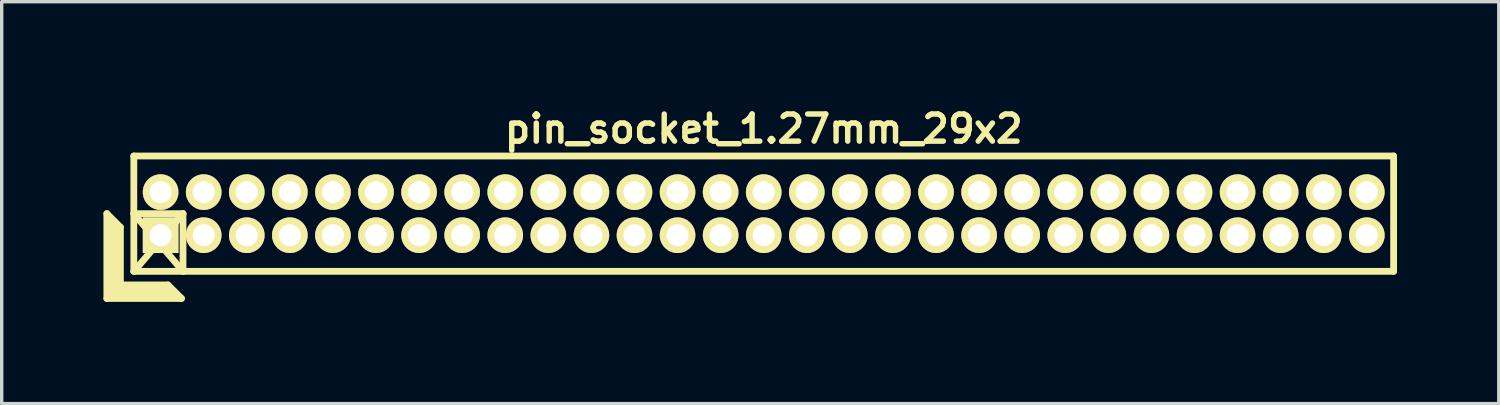
<source format=kicad_pcb>
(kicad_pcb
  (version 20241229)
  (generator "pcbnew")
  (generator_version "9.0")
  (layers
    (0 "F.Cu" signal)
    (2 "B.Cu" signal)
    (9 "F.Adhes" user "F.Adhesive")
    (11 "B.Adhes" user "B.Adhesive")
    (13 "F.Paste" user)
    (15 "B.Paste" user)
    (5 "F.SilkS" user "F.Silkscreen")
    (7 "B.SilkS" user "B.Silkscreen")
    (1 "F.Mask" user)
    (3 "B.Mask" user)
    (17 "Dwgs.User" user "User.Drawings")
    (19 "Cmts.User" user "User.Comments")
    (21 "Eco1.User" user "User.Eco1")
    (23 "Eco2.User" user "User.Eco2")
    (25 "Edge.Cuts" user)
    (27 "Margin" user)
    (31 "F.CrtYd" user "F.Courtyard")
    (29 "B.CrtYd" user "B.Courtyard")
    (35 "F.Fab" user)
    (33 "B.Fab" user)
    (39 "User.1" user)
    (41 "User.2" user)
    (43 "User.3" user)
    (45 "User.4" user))
  (footprint "pin_socket_1.27mm_29x2"
    (layer "F.Cu")
    (at 19.465 3.249)
    (property "Reference" "pin_socket_1.27mm_29x2" (at 0 -2.5 0) (layer "F.SilkS") (effects (font (size 0.8 0.8) (thickness 0.16))))
    (attr through_hole)
    (fp_line (start -19.365 0) (end -19.365 2.5) (stroke (width 0.2) (type solid)) (layer "F.SilkS"))
    (fp_line (start -19.365 0) (end -18.965 0.4) (stroke (width 0.2) (type solid)) (layer "F.SilkS"))
    (fp_line (start -19.365 2.5) (end -17.165 2.5) (stroke (width 0.2) (type solid)) (layer "F.SilkS"))
    (fp_line (start -19.265 2.4) (end -19.265 0.2) (stroke (width 0.2) (type solid)) (layer "F.SilkS"))
    (fp_line (start -19.265 2.4) (end -17.365 2.4) (stroke (width 0.2) (type solid)) (layer "F.SilkS"))
    (fp_line (start -19.165 2.3) (end -19.165 0.3) (stroke (width 0.2) (type solid)) (layer "F.SilkS"))
    (fp_line (start -19.165 2.3) (end -17.465 2.3) (stroke (width 0.2) (type solid)) (layer "F.SilkS"))
    (fp_line (start -19.065 2.2) (end -19.065 0.4) (stroke (width 0.2) (type solid)) (layer "F.SilkS"))
    (fp_line (start -19.065 2.2) (end -17.565 2.2) (stroke (width 0.2) (type solid)) (layer "F.SilkS"))
    (fp_line (start -18.965 2.1) (end -18.965 0.4) (stroke (width 0.2) (type solid)) (layer "F.SilkS"))
    (fp_line (start -18.965 2.1) (end -17.565 2.1) (stroke (width 0.2) (type solid)) (layer "F.SilkS"))
    (fp_line (start -18.57 -1.7) (end 18.57 -1.7) (stroke (width 0.2) (type solid)) (layer "F.SilkS"))
    (fp_line (start -18.57 0) (end -17.12 0) (stroke (width 0.2) (type solid)) (layer "F.SilkS"))
    (fp_line (start -18.57 0) (end -17.12 1.7) (stroke (width 0.2) (type solid)) (layer "F.SilkS"))
    (fp_line (start -18.57 1.7) (end -18.57 -1.7) (stroke (width 0.2) (type solid)) (layer "F.SilkS"))
    (fp_line (start -17.565 2.1) (end -17.165 2.5) (stroke (width 0.2) (type solid)) (layer "F.SilkS"))
    (fp_line (start -17.12 0) (end -18.565 1.7) (stroke (width 0.2) (type solid)) (layer "F.SilkS"))
    (fp_line (start -17.12 0) (end -17.12 1.7) (stroke (width 0.2) (type solid)) (layer "F.SilkS"))
    (fp_line (start 18.57 -1.7) (end 18.57 1.7) (stroke (width 0.2) (type solid)) (layer "F.SilkS"))
    (fp_line (start 18.57 1.7) (end -18.57 1.7) (stroke (width 0.2) (type solid)) (layer "F.SilkS"))
    (pad "1" thru_hole rect (at -17.78 0.635) (size 1.05 1.05) (drill 0.65) (layers "*.Cu" "*.Mask" "F.SilkS"))
    (pad "2" thru_hole oval (at -17.78 -0.635) (size 1.05 1.05) (drill 0.65) (layers "*.Cu" "*.Mask" "F.SilkS"))
    (pad "3" thru_hole oval (at -16.51 0.635) (size 1.05 1.05) (drill 0.65) (layers "*.Cu" "*.Mask" "F.SilkS"))
    (pad "4" thru_hole oval (at -16.51 -0.635) (size 1.05 1.05) (drill 0.65) (layers "*.Cu" "*.Mask" "F.SilkS"))
    (pad "5" thru_hole oval (at -15.24 0.635) (size 1.05 1.05) (drill 0.65) (layers "*.Cu" "*.Mask" "F.SilkS"))
    (pad "6" thru_hole oval (at -15.24 -0.635) (size 1.05 1.05) (drill 0.65) (layers "*.Cu" "*.Mask" "F.SilkS"))
    (pad "7" thru_hole oval (at -13.97 0.635) (size 1.05 1.05) (drill 0.65) (layers "*.Cu" "*.Mask" "F.SilkS"))
    (pad "8" thru_hole oval (at -13.97 -0.635) (size 1.05 1.05) (drill 0.65) (layers "*.Cu" "*.Mask" "F.SilkS"))
    (pad "9" thru_hole oval (at -12.7 0.635) (size 1.05 1.05) (drill 0.65) (layers "*.Cu" "*.Mask" "F.SilkS"))
    (pad "10" thru_hole oval (at -12.7 -0.635) (size 1.05 1.05) (drill 0.65) (layers "*.Cu" "*.Mask" "F.SilkS"))
    (pad "11" thru_hole oval (at -11.43 0.635) (size 1.05 1.05) (drill 0.65) (layers "*.Cu" "*.Mask" "F.SilkS"))
    (pad "12" thru_hole oval (at -11.43 -0.635) (size 1.05 1.05) (drill 0.65) (layers "*.Cu" "*.Mask" "F.SilkS"))
    (pad "13" thru_hole oval (at -10.16 0.635) (size 1.05 1.05) (drill 0.65) (layers "*.Cu" "*.Mask" "F.SilkS"))
    (pad "14" thru_hole oval (at -10.16 -0.635) (size 1.05 1.05) (drill 0.65) (layers "*.Cu" "*.Mask" "F.SilkS"))
    (pad "15" thru_hole oval (at -8.89 0.635) (size 1.05 1.05) (drill 0.65) (layers "*.Cu" "*.Mask" "F.SilkS"))
    (pad "16" thru_hole oval (at -8.89 -0.635) (size 1.05 1.05) (drill 0.65) (layers "*.Cu" "*.Mask" "F.SilkS"))
    (pad "17" thru_hole oval (at -7.62 0.635) (size 1.05 1.05) (drill 0.65) (layers "*.Cu" "*.Mask" "F.SilkS"))
    (pad "18" thru_hole oval (at -7.62 -0.635) (size 1.05 1.05) (drill 0.65) (layers "*.Cu" "*.Mask" "F.SilkS"))
    (pad "19" thru_hole oval (at -6.35 0.635) (size 1.05 1.05) (drill 0.65) (layers "*.Cu" "*.Mask" "F.SilkS"))
    (pad "20" thru_hole oval (at -6.35 -0.635) (size 1.05 1.05) (drill 0.65) (layers "*.Cu" "*.Mask" "F.SilkS"))
    (pad "21" thru_hole oval (at -5.08 0.635) (size 1.05 1.05) (drill 0.65) (layers "*.Cu" "*.Mask" "F.SilkS"))
    (pad "22" thru_hole oval (at -5.08 -0.635) (size 1.05 1.05) (drill 0.65) (layers "*.Cu" "*.Mask" "F.SilkS"))
    (pad "23" thru_hole oval (at -3.81 0.635) (size 1.05 1.05) (drill 0.65) (layers "*.Cu" "*.Mask" "F.SilkS"))
    (pad "24" thru_hole oval (at -3.81 -0.635) (size 1.05 1.05) (drill 0.65) (layers "*.Cu" "*.Mask" "F.SilkS"))
    (pad "25" thru_hole oval (at -2.54 0.635) (size 1.05 1.05) (drill 0.65) (layers "*.Cu" "*.Mask" "F.SilkS"))
    (pad "26" thru_hole oval (at -2.54 -0.635) (size 1.05 1.05) (drill 0.65) (layers "*.Cu" "*.Mask" "F.SilkS"))
    (pad "27" thru_hole oval (at -1.27 0.635) (size 1.05 1.05) (drill 0.65) (layers "*.Cu" "*.Mask" "F.SilkS"))
    (pad "28" thru_hole oval (at -1.27 -0.635) (size 1.05 1.05) (drill 0.65) (layers "*.Cu" "*.Mask" "F.SilkS"))
    (pad "29" thru_hole oval (at 0 0.635) (size 1.05 1.05) (drill 0.65) (layers "*.Cu" "*.Mask" "F.SilkS"))
    (pad "30" thru_hole oval (at 0 -0.635) (size 1.05 1.05) (drill 0.65) (layers "*.Cu" "*.Mask" "F.SilkS"))
    (pad "31" thru_hole oval (at 1.27 0.635) (size 1.05 1.05) (drill 0.65) (layers "*.Cu" "*.Mask" "F.SilkS"))
    (pad "32" thru_hole oval (at 1.27 -0.635) (size 1.05 1.05) (drill 0.65) (layers "*.Cu" "*.Mask" "F.SilkS"))
    (pad "33" thru_hole oval (at 2.54 0.635) (size 1.05 1.05) (drill 0.65) (layers "*.Cu" "*.Mask" "F.SilkS"))
    (pad "34" thru_hole oval (at 2.54 -0.635) (size 1.05 1.05) (drill 0.65) (layers "*.Cu" "*.Mask" "F.SilkS"))
    (pad "35" thru_hole oval (at 3.81 0.635) (size 1.05 1.05) (drill 0.65) (layers "*.Cu" "*.Mask" "F.SilkS"))
    (pad "36" thru_hole oval (at 3.81 -0.635) (size 1.05 1.05) (drill 0.65) (layers "*.Cu" "*.Mask" "F.SilkS"))
    (pad "37" thru_hole oval (at 5.08 0.635) (size 1.05 1.05) (drill 0.65) (layers "*.Cu" "*.Mask" "F.SilkS"))
    (pad "38" thru_hole oval (at 5.08 -0.635) (size 1.05 1.05) (drill 0.65) (layers "*.Cu" "*.Mask" "F.SilkS"))
    (pad "39" thru_hole oval (at 6.35 0.635) (size 1.05 1.05) (drill 0.65) (layers "*.Cu" "*.Mask" "F.SilkS"))
    (pad "40" thru_hole oval (at 6.35 -0.635) (size 1.05 1.05) (drill 0.65) (layers "*.Cu" "*.Mask" "F.SilkS"))
    (pad "41" thru_hole oval (at 7.62 0.635) (size 1.05 1.05) (drill 0.65) (layers "*.Cu" "*.Mask" "F.SilkS"))
    (pad "42" thru_hole oval (at 7.62 -0.635) (size 1.05 1.05) (drill 0.65) (layers "*.Cu" "*.Mask" "F.SilkS"))
    (pad "43" thru_hole oval (at 8.89 0.635) (size 1.05 1.05) (drill 0.65) (layers "*.Cu" "*.Mask" "F.SilkS"))
    (pad "44" thru_hole oval (at 8.89 -0.635) (size 1.05 1.05) (drill 0.65) (layers "*.Cu" "*.Mask" "F.SilkS"))
    (pad "45" thru_hole oval (at 10.16 0.635) (size 1.05 1.05) (drill 0.65) (layers "*.Cu" "*.Mask" "F.SilkS"))
    (pad "46" thru_hole oval (at 10.16 -0.635) (size 1.05 1.05) (drill 0.65) (layers "*.Cu" "*.Mask" "F.SilkS"))
    (pad "47" thru_hole oval (at 11.43 0.635) (size 1.05 1.05) (drill 0.65) (layers "*.Cu" "*.Mask" "F.SilkS"))
    (pad "48" thru_hole oval (at 11.43 -0.635) (size 1.05 1.05) (drill 0.65) (layers "*.Cu" "*.Mask" "F.SilkS"))
    (pad "49" thru_hole oval (at 12.7 0.635) (size 1.05 1.05) (drill 0.65) (layers "*.Cu" "*.Mask" "F.SilkS"))
    (pad "50" thru_hole oval (at 12.7 -0.635) (size 1.05 1.05) (drill 0.65) (layers "*.Cu" "*.Mask" "F.SilkS"))
    (pad "51" thru_hole circle (at 13.97 0.635) (size 1.05 1.05) (drill 0.65) (layers "*.Cu" "*.Mask" "F.SilkS"))
    (pad "52" thru_hole oval (at 13.97 -0.635) (size 1.05 1.05) (drill 0.65) (layers "*.Cu" "*.Mask" "F.SilkS"))
    (pad "53" thru_hole oval (at 15.24 0.635) (size 1.05 1.05) (drill 0.65) (layers "*.Cu" "*.Mask" "F.SilkS"))
    (pad "54" thru_hole oval (at 15.24 -0.635) (size 1.05 1.05) (drill 0.65) (layers "*.Cu" "*.Mask" "F.SilkS"))
    (pad "55" thru_hole oval (at 16.51 0.635) (size 1.05 1.05) (drill 0.65) (layers "*.Cu" "*.Mask" "F.SilkS"))
    (pad "56" thru_hole oval (at 16.51 -0.635) (size 1.05 1.05) (drill 0.65) (layers "*.Cu" "*.Mask" "F.SilkS"))
    (pad "57" thru_hole oval (at 17.78 0.635) (size 1.05 1.05) (drill 0.65) (layers "*.Cu" "*.Mask" "F.SilkS"))
    (pad "58" thru_hole oval (at 17.78 -0.635) (size 1.05 1.05) (drill 0.65) (layers "*.Cu" "*.Mask" "F.SilkS")))
  (gr_rect
    (start -3 -3)
    (end 41.135 8.849)
    (stroke (width 0.1) (type default))
    (fill no)
    (layer "Edge.Cuts")))
</source>
